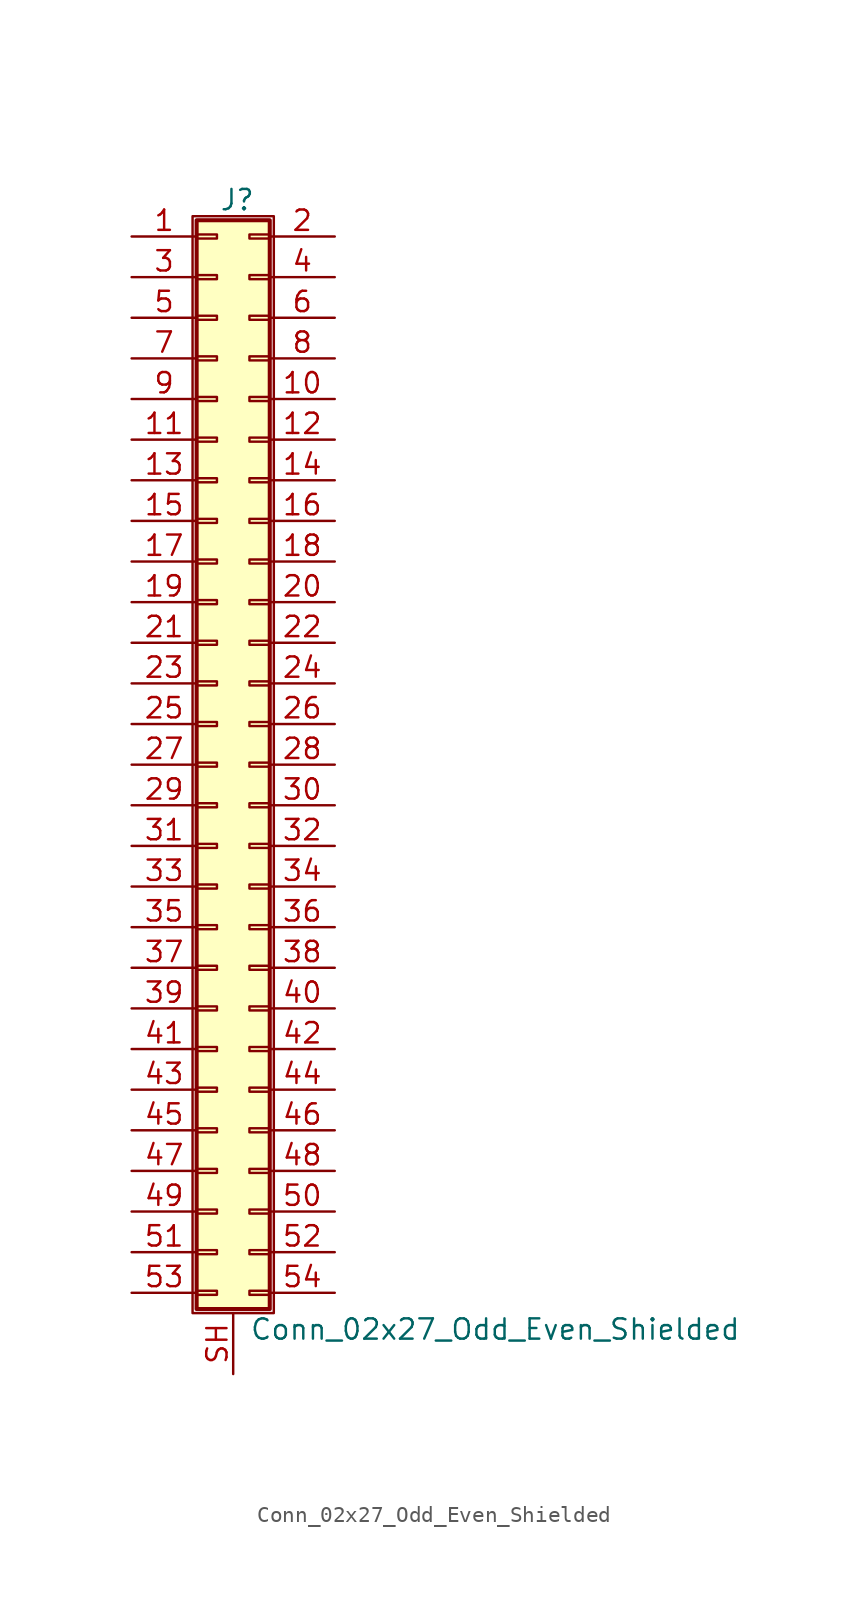
<source format=kicad_sym>
(kicad_symbol_lib
  (version 20220914)
  (generator kicad_symbol_editor)
  (symbol "Conn_02x27_Odd_Even_Shielded"
    (pin_names
      (offset 1.016) hide)
    (property "Reference" "J"
      (at 1.524 35.306 0)
      (effects (font (size 1.27 1.27))))
    (property "Value" "Conn_02x27_Odd_Even_Shielded"
      (at 2.286 -35.306 0)
      (effects (font (size 1.27 1.27)) (justify left)))
    (symbol "Conn_02x27_Odd_Even_Shielded_1_1"
      (rectangle (start -1.27 34.29) (end 3.81 -34.29) (stroke (width 0.152) (type default)) (fill (type none)))
      (rectangle (start -1.016 -32.893) (end 0.254 -33.147) (stroke (width 0.152) (type default)) (fill (type none)))
      (rectangle (start -1.016 -30.353) (end 0.254 -30.607) (stroke (width 0.152) (type default)) (fill (type none)))
      (rectangle (start -1.016 -27.813) (end 0.254 -28.067) (stroke (width 0.152) (type default)) (fill (type none)))
      (rectangle (start -1.016 -25.273) (end 0.254 -25.527) (stroke (width 0.152) (type default)) (fill (type none)))
      (rectangle (start -1.016 -22.733) (end 0.254 -22.987) (stroke (width 0.152) (type default)) (fill (type none)))
      (rectangle (start -1.016 -20.193) (end 0.254 -20.447) (stroke (width 0.152) (type default)) (fill (type none)))
      (rectangle (start -1.016 -17.653) (end 0.254 -17.907) (stroke (width 0.152) (type default)) (fill (type none)))
      (rectangle (start -1.016 -15.113) (end 0.254 -15.367) (stroke (width 0.152) (type default)) (fill (type none)))
      (rectangle (start -1.016 -12.573) (end 0.254 -12.827) (stroke (width 0.152) (type default)) (fill (type none)))
      (rectangle (start -1.016 -10.033) (end 0.254 -10.287) (stroke (width 0.152) (type default)) (fill (type none)))
      (rectangle (start -1.016 -7.493) (end 0.254 -7.747) (stroke (width 0.152) (type default)) (fill (type none)))
      (rectangle (start -1.016 -4.953) (end 0.254 -5.207) (stroke (width 0.152) (type default)) (fill (type none)))
      (rectangle (start -1.016 -2.413) (end 0.254 -2.667) (stroke (width 0.152) (type default)) (fill (type none)))
      (rectangle (start -1.016 0.127) (end 0.254 -0.127) (stroke (width 0.152) (type default)) (fill (type none)))
      (rectangle (start -1.016 2.667) (end 0.254 2.413) (stroke (width 0.152) (type default)) (fill (type none)))
      (rectangle (start -1.016 5.207) (end 0.254 4.953) (stroke (width 0.152) (type default)) (fill (type none)))
      (rectangle (start -1.016 7.747) (end 0.254 7.493) (stroke (width 0.152) (type default)) (fill (type none)))
      (rectangle (start -1.016 10.287) (end 0.254 10.033) (stroke (width 0.152) (type default)) (fill (type none)))
      (rectangle (start -1.016 12.827) (end 0.254 12.573) (stroke (width 0.152) (type default)) (fill (type none)))
      (rectangle (start -1.016 15.367) (end 0.254 15.113) (stroke (width 0.152) (type default)) (fill (type none)))
      (rectangle (start -1.016 17.907) (end 0.254 17.653) (stroke (width 0.152) (type default)) (fill (type none)))
      (rectangle (start -1.016 20.447) (end 0.254 20.193) (stroke (width 0.152) (type default)) (fill (type none)))
      (rectangle (start -1.016 22.987) (end 0.254 22.733) (stroke (width 0.152) (type default)) (fill (type none)))
      (rectangle (start -1.016 25.527) (end 0.254 25.273) (stroke (width 0.152) (type default)) (fill (type none)))
      (rectangle (start -1.016 28.067) (end 0.254 27.813) (stroke (width 0.152) (type default)) (fill (type none)))
      (rectangle (start -1.016 30.607) (end 0.254 30.353) (stroke (width 0.152) (type default)) (fill (type none)))
      (rectangle (start -1.016 33.147) (end 0.254 32.893) (stroke (width 0.152) (type default)) (fill (type none)))
      (rectangle (start -1.016 34.036) (end 3.556 -34.036) (stroke (width 0.254) (type default)) (fill (type background)))
      (rectangle (start 3.556 -32.893) (end 2.286 -33.147) (stroke (width 0.152) (type default)) (fill (type none)))
      (rectangle (start 3.556 -30.353) (end 2.286 -30.607) (stroke (width 0.152) (type default)) (fill (type none)))
      (rectangle (start 3.556 -27.813) (end 2.286 -28.067) (stroke (width 0.152) (type default)) (fill (type none)))
      (rectangle (start 3.556 -25.273) (end 2.286 -25.527) (stroke (width 0.152) (type default)) (fill (type none)))
      (rectangle (start 3.556 -22.733) (end 2.286 -22.987) (stroke (width 0.152) (type default)) (fill (type none)))
      (rectangle (start 3.556 -20.193) (end 2.286 -20.447) (stroke (width 0.152) (type default)) (fill (type none)))
      (rectangle (start 3.556 -17.653) (end 2.286 -17.907) (stroke (width 0.152) (type default)) (fill (type none)))
      (rectangle (start 3.556 -15.113) (end 2.286 -15.367) (stroke (width 0.152) (type default)) (fill (type none)))
      (rectangle (start 3.556 -12.573) (end 2.286 -12.827) (stroke (width 0.152) (type default)) (fill (type none)))
      (rectangle (start 3.556 -10.033) (end 2.286 -10.287) (stroke (width 0.152) (type default)) (fill (type none)))
      (rectangle (start 3.556 -7.493) (end 2.286 -7.747) (stroke (width 0.152) (type default)) (fill (type none)))
      (rectangle (start 3.556 -4.953) (end 2.286 -5.207) (stroke (width 0.152) (type default)) (fill (type none)))
      (rectangle (start 3.556 -2.413) (end 2.286 -2.667) (stroke (width 0.152) (type default)) (fill (type none)))
      (rectangle (start 3.556 0.127) (end 2.286 -0.127) (stroke (width 0.152) (type default)) (fill (type none)))
      (rectangle (start 3.556 2.667) (end 2.286 2.413) (stroke (width 0.152) (type default)) (fill (type none)))
      (rectangle (start 3.556 5.207) (end 2.286 4.953) (stroke (width 0.152) (type default)) (fill (type none)))
      (rectangle (start 3.556 7.747) (end 2.286 7.493) (stroke (width 0.152) (type default)) (fill (type none)))
      (rectangle (start 3.556 10.287) (end 2.286 10.033) (stroke (width 0.152) (type default)) (fill (type none)))
      (rectangle (start 3.556 12.827) (end 2.286 12.573) (stroke (width 0.152) (type default)) (fill (type none)))
      (rectangle (start 3.556 15.367) (end 2.286 15.113) (stroke (width 0.152) (type default)) (fill (type none)))
      (rectangle (start 3.556 17.907) (end 2.286 17.653) (stroke (width 0.152) (type default)) (fill (type none)))
      (rectangle (start 3.556 20.447) (end 2.286 20.193) (stroke (width 0.152) (type default)) (fill (type none)))
      (rectangle (start 3.556 22.987) (end 2.286 22.733) (stroke (width 0.152) (type default)) (fill (type none)))
      (rectangle (start 3.556 25.527) (end 2.286 25.273) (stroke (width 0.152) (type default)) (fill (type none)))
      (rectangle (start 3.556 28.067) (end 2.286 27.813) (stroke (width 0.152) (type default)) (fill (type none)))
      (rectangle (start 3.556 30.607) (end 2.286 30.353) (stroke (width 0.152) (type default)) (fill (type none)))
      (rectangle (start 3.556 33.147) (end 2.286 32.893) (stroke (width 0.152) (type default)) (fill (type none)))
      (pin passive line (at -5.08 33.02 0) (length 4.064) (name "Pin_1" (effects (font (size 1.27 1.27)))) (number "1" (effects (font (size 1.27 1.27)))))
      (pin passive line (at 7.62 22.86 180) (length 4.064) (name "Pin_10" (effects (font (size 1.27 1.27)))) (number "10" (effects (font (size 1.27 1.27)))))
      (pin passive line (at -5.08 20.32 0) (length 4.064) (name "Pin_11" (effects (font (size 1.27 1.27)))) (number "11" (effects (font (size 1.27 1.27)))))
      (pin passive line (at 7.62 20.32 180) (length 4.064) (name "Pin_12" (effects (font (size 1.27 1.27)))) (number "12" (effects (font (size 1.27 1.27)))))
      (pin passive line (at -5.08 17.78 0) (length 4.064) (name "Pin_13" (effects (font (size 1.27 1.27)))) (number "13" (effects (font (size 1.27 1.27)))))
      (pin passive line (at 7.62 17.78 180) (length 4.064) (name "Pin_14" (effects (font (size 1.27 1.27)))) (number "14" (effects (font (size 1.27 1.27)))))
      (pin passive line (at -5.08 15.24 0) (length 4.064) (name "Pin_15" (effects (font (size 1.27 1.27)))) (number "15" (effects (font (size 1.27 1.27)))))
      (pin passive line (at 7.62 15.24 180) (length 4.064) (name "Pin_16" (effects (font (size 1.27 1.27)))) (number "16" (effects (font (size 1.27 1.27)))))
      (pin passive line (at -5.08 12.7 0) (length 4.064) (name "Pin_17" (effects (font (size 1.27 1.27)))) (number "17" (effects (font (size 1.27 1.27)))))
      (pin passive line (at 7.62 12.7 180) (length 4.064) (name "Pin_18" (effects (font (size 1.27 1.27)))) (number "18" (effects (font (size 1.27 1.27)))))
      (pin passive line (at -5.08 10.16 0) (length 4.064) (name "Pin_19" (effects (font (size 1.27 1.27)))) (number "19" (effects (font (size 1.27 1.27)))))
      (pin passive line (at 7.62 33.02 180) (length 4.064) (name "Pin_2" (effects (font (size 1.27 1.27)))) (number "2" (effects (font (size 1.27 1.27)))))
      (pin passive line (at 7.62 10.16 180) (length 4.064) (name "Pin_20" (effects (font (size 1.27 1.27)))) (number "20" (effects (font (size 1.27 1.27)))))
      (pin passive line (at -5.08 7.62 0) (length 4.064) (name "Pin_21" (effects (font (size 1.27 1.27)))) (number "21" (effects (font (size 1.27 1.27)))))
      (pin passive line (at 7.62 7.62 180) (length 4.064) (name "Pin_22" (effects (font (size 1.27 1.27)))) (number "22" (effects (font (size 1.27 1.27)))))
      (pin passive line (at -5.08 5.08 0) (length 4.064) (name "Pin_23" (effects (font (size 1.27 1.27)))) (number "23" (effects (font (size 1.27 1.27)))))
      (pin passive line (at 7.62 5.08 180) (length 4.064) (name "Pin_24" (effects (font (size 1.27 1.27)))) (number "24" (effects (font (size 1.27 1.27)))))
      (pin passive line (at -5.08 2.54 0) (length 4.064) (name "Pin_25" (effects (font (size 1.27 1.27)))) (number "25" (effects (font (size 1.27 1.27)))))
      (pin passive line (at 7.62 2.54 180) (length 4.064) (name "Pin_26" (effects (font (size 1.27 1.27)))) (number "26" (effects (font (size 1.27 1.27)))))
      (pin passive line (at -5.08 0 0) (length 4.064) (name "Pin_27" (effects (font (size 1.27 1.27)))) (number "27" (effects (font (size 1.27 1.27)))))
      (pin passive line (at 7.62 0 180) (length 4.064) (name "Pin_28" (effects (font (size 1.27 1.27)))) (number "28" (effects (font (size 1.27 1.27)))))
      (pin passive line (at -5.08 -2.54 0) (length 4.064) (name "Pin_29" (effects (font (size 1.27 1.27)))) (number "29" (effects (font (size 1.27 1.27)))))
      (pin passive line (at -5.08 30.48 0) (length 4.064) (name "Pin_3" (effects (font (size 1.27 1.27)))) (number "3" (effects (font (size 1.27 1.27)))))
      (pin passive line (at 7.62 -2.54 180) (length 4.064) (name "Pin_30" (effects (font (size 1.27 1.27)))) (number "30" (effects (font (size 1.27 1.27)))))
      (pin passive line (at -5.08 -5.08 0) (length 4.064) (name "Pin_31" (effects (font (size 1.27 1.27)))) (number "31" (effects (font (size 1.27 1.27)))))
      (pin passive line (at 7.62 -5.08 180) (length 4.064) (name "Pin_32" (effects (font (size 1.27 1.27)))) (number "32" (effects (font (size 1.27 1.27)))))
      (pin passive line (at -5.08 -7.62 0) (length 4.064) (name "Pin_33" (effects (font (size 1.27 1.27)))) (number "33" (effects (font (size 1.27 1.27)))))
      (pin passive line (at 7.62 -7.62 180) (length 4.064) (name "Pin_34" (effects (font (size 1.27 1.27)))) (number "34" (effects (font (size 1.27 1.27)))))
      (pin passive line (at -5.08 -10.16 0) (length 4.064) (name "Pin_35" (effects (font (size 1.27 1.27)))) (number "35" (effects (font (size 1.27 1.27)))))
      (pin passive line (at 7.62 -10.16 180) (length 4.064) (name "Pin_36" (effects (font (size 1.27 1.27)))) (number "36" (effects (font (size 1.27 1.27)))))
      (pin passive line (at -5.08 -12.7 0) (length 4.064) (name "Pin_37" (effects (font (size 1.27 1.27)))) (number "37" (effects (font (size 1.27 1.27)))))
      (pin passive line (at 7.62 -12.7 180) (length 4.064) (name "Pin_38" (effects (font (size 1.27 1.27)))) (number "38" (effects (font (size 1.27 1.27)))))
      (pin passive line (at -5.08 -15.24 0) (length 4.064) (name "Pin_39" (effects (font (size 1.27 1.27)))) (number "39" (effects (font (size 1.27 1.27)))))
      (pin passive line (at 7.62 30.48 180) (length 4.064) (name "Pin_4" (effects (font (size 1.27 1.27)))) (number "4" (effects (font (size 1.27 1.27)))))
      (pin passive line (at 7.62 -15.24 180) (length 4.064) (name "Pin_40" (effects (font (size 1.27 1.27)))) (number "40" (effects (font (size 1.27 1.27)))))
      (pin passive line (at -5.08 -17.78 0) (length 4.064) (name "Pin_41" (effects (font (size 1.27 1.27)))) (number "41" (effects (font (size 1.27 1.27)))))
      (pin passive line (at 7.62 -17.78 180) (length 4.064) (name "Pin_42" (effects (font (size 1.27 1.27)))) (number "42" (effects (font (size 1.27 1.27)))))
      (pin passive line (at -5.08 -20.32 0) (length 4.064) (name "Pin_43" (effects (font (size 1.27 1.27)))) (number "43" (effects (font (size 1.27 1.27)))))
      (pin passive line (at 7.62 -20.32 180) (length 4.064) (name "Pin_44" (effects (font (size 1.27 1.27)))) (number "44" (effects (font (size 1.27 1.27)))))
      (pin passive line (at -5.08 -22.86 0) (length 4.064) (name "Pin_45" (effects (font (size 1.27 1.27)))) (number "45" (effects (font (size 1.27 1.27)))))
      (pin passive line (at 7.62 -22.86 180) (length 4.064) (name "Pin_46" (effects (font (size 1.27 1.27)))) (number "46" (effects (font (size 1.27 1.27)))))
      (pin passive line (at -5.08 -25.4 0) (length 4.064) (name "Pin_47" (effects (font (size 1.27 1.27)))) (number "47" (effects (font (size 1.27 1.27)))))
      (pin passive line (at 7.62 -25.4 180) (length 4.064) (name "Pin_48" (effects (font (size 1.27 1.27)))) (number "48" (effects (font (size 1.27 1.27)))))
      (pin passive line (at -5.08 -27.94 0) (length 4.064) (name "Pin_49" (effects (font (size 1.27 1.27)))) (number "49" (effects (font (size 1.27 1.27)))))
      (pin passive line (at -5.08 27.94 0) (length 4.064) (name "Pin_5" (effects (font (size 1.27 1.27)))) (number "5" (effects (font (size 1.27 1.27)))))
      (pin passive line (at 7.62 -27.94 180) (length 4.064) (name "Pin_50" (effects (font (size 1.27 1.27)))) (number "50" (effects (font (size 1.27 1.27)))))
      (pin passive line (at -5.08 -30.48 0) (length 4.064) (name "Pin_51" (effects (font (size 1.27 1.27)))) (number "51" (effects (font (size 1.27 1.27)))))
      (pin passive line (at 7.62 -30.48 180) (length 4.064) (name "Pin_52" (effects (font (size 1.27 1.27)))) (number "52" (effects (font (size 1.27 1.27)))))
      (pin passive line (at -5.08 -33.02 0) (length 4.064) (name "Pin_53" (effects (font (size 1.27 1.27)))) (number "53" (effects (font (size 1.27 1.27)))))
      (pin passive line (at 7.62 -33.02 180) (length 4.064) (name "Pin_54" (effects (font (size 1.27 1.27)))) (number "54" (effects (font (size 1.27 1.27)))))
      (pin passive line (at 7.62 27.94 180) (length 4.064) (name "Pin_6" (effects (font (size 1.27 1.27)))) (number "6" (effects (font (size 1.27 1.27)))))
      (pin passive line (at -5.08 25.4 0) (length 4.064) (name "Pin_7" (effects (font (size 1.27 1.27)))) (number "7" (effects (font (size 1.27 1.27)))))
      (pin passive line (at 7.62 25.4 180) (length 4.064) (name "Pin_8" (effects (font (size 1.27 1.27)))) (number "8" (effects (font (size 1.27 1.27)))))
      (pin passive line (at -5.08 22.86 0) (length 4.064) (name "Pin_9" (effects (font (size 1.27 1.27)))) (number "9" (effects (font (size 1.27 1.27)))))
      (pin passive line (at 1.27 -38.1 90) (length 3.81) (name "Shield" (effects (font (size 1.27 1.27)))) (number "SH" (effects (font (size 1.27 1.27))))))))
</source>
